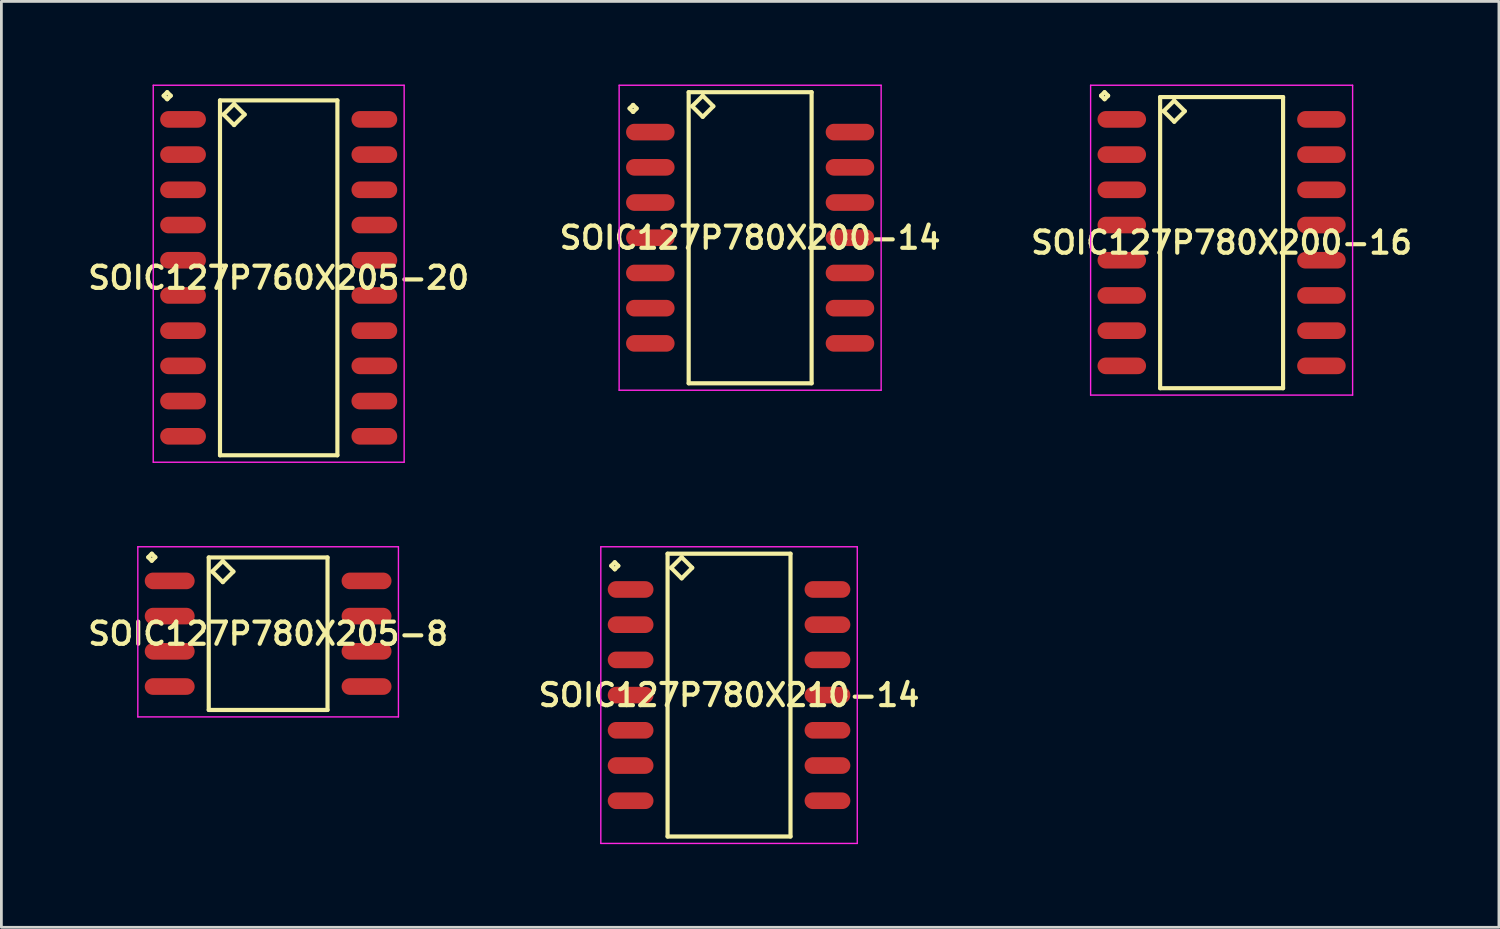
<source format=kicad_pcb>
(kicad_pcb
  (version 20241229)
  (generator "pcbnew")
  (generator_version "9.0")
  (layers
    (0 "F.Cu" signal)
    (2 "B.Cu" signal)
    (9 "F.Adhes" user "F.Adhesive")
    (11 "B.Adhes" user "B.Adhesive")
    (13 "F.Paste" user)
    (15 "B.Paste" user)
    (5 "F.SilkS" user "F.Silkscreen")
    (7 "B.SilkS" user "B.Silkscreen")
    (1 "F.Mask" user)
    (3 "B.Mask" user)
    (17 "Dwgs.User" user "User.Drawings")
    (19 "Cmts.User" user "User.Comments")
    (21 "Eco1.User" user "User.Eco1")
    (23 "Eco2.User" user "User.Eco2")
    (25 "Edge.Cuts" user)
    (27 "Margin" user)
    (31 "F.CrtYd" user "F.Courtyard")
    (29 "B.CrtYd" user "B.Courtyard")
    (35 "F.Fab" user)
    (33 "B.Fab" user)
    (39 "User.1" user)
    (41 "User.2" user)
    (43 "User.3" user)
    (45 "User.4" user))
  (footprint "SOIC127P780X200-14"
    (layer "F.Cu")
    (at 24.006 5.525)
    (property "Reference" "SOIC127P780X200-14" (at 0 0 0) (layer "F.SilkS") (effects (font (size 0.8 0.8) (thickness 0.15))))
    (attr smd)
    (fp_line (start -4.348 -4.664) (end -4.221 -4.791) (stroke (width 0.15) (type solid)) (layer "F.SilkS"))
    (fp_line (start -4.221 -4.791) (end -4.094 -4.664) (stroke (width 0.15) (type solid)) (layer "F.SilkS"))
    (fp_line (start -4.221 -4.537) (end -4.348 -4.664) (stroke (width 0.15) (type solid)) (layer "F.SilkS"))
    (fp_line (start -4.094 -4.664) (end -4.221 -4.537) (stroke (width 0.15) (type solid)) (layer "F.SilkS"))
    (fp_line (start -2.217 -5.25) (end -2.217 5.25) (stroke (width 0.15) (type solid)) (layer "F.SilkS"))
    (fp_line (start -2.217 5.25) (end 2.217 5.25) (stroke (width 0.15) (type solid)) (layer "F.SilkS"))
    (fp_line (start -2.09 -4.742) (end -1.709 -5.123) (stroke (width 0.15) (type solid)) (layer "F.SilkS"))
    (fp_line (start -1.709 -5.123) (end -1.328 -4.742) (stroke (width 0.15) (type solid)) (layer "F.SilkS"))
    (fp_line (start -1.709 -4.361) (end -2.09 -4.742) (stroke (width 0.15) (type solid)) (layer "F.SilkS"))
    (fp_line (start -1.328 -4.742) (end -1.709 -4.361) (stroke (width 0.15) (type solid)) (layer "F.SilkS"))
    (fp_line (start 2.217 -5.25) (end -2.217 -5.25) (stroke (width 0.15) (type solid)) (layer "F.SilkS"))
    (fp_line (start 2.217 5.25) (end 2.217 -5.25) (stroke (width 0.15) (type solid)) (layer "F.SilkS"))
    (fp_line (start -4.725 -5.5) (end 4.725 -5.5) (stroke (width 0.05) (type solid)) (layer "F.CrtYd"))
    (fp_line (start -4.725 5.5) (end -4.725 -5.5) (stroke (width 0.05) (type solid)) (layer "F.CrtYd"))
    (fp_line (start 4.725 -5.5) (end 4.725 5.5) (stroke (width 0.05) (type solid)) (layer "F.CrtYd"))
    (fp_line (start 4.725 5.5) (end -4.725 5.5) (stroke (width 0.05) (type solid)) (layer "F.CrtYd"))
    (pad "1" smd oval (at -3.6 -3.81) (size 1.75 0.6) (layers "F.Cu" "F.Mask" "F.Paste"))
    (pad "2" smd oval (at -3.6 -2.54) (size 1.75 0.6) (layers "F.Cu" "F.Mask" "F.Paste"))
    (pad "3" smd oval (at -3.6 -1.27) (size 1.75 0.6) (layers "F.Cu" "F.Mask" "F.Paste"))
    (pad "4" smd oval (at -3.6 0) (size 1.75 0.6) (layers "F.Cu" "F.Mask" "F.Paste"))
    (pad "5" smd oval (at -3.6 1.27) (size 1.75 0.6) (layers "F.Cu" "F.Mask" "F.Paste"))
    (pad "6" smd oval (at -3.6 2.54) (size 1.75 0.6) (layers "F.Cu" "F.Mask" "F.Paste"))
    (pad "7" smd oval (at -3.6 3.81) (size 1.75 0.6) (layers "F.Cu" "F.Mask" "F.Paste"))
    (pad "8" smd oval (at 3.6 3.81) (size 1.75 0.6) (layers "F.Cu" "F.Mask" "F.Paste"))
    (pad "9" smd oval (at 3.6 2.54) (size 1.75 0.6) (layers "F.Cu" "F.Mask" "F.Paste"))
    (pad "10" smd oval (at 3.6 1.27) (size 1.75 0.6) (layers "F.Cu" "F.Mask" "F.Paste"))
    (pad "11" smd oval (at 3.6 0) (size 1.75 0.6) (layers "F.Cu" "F.Mask" "F.Paste"))
    (pad "12" smd oval (at 3.6 -1.27) (size 1.75 0.6) (layers "F.Cu" "F.Mask" "F.Paste"))
    (pad "13" smd oval (at 3.6 -2.54) (size 1.75 0.6) (layers "F.Cu" "F.Mask" "F.Paste"))
    (pad "14" smd oval (at 3.6 -3.81) (size 1.75 0.6) (layers "F.Cu" "F.Mask" "F.Paste")))
  (footprint "SOIC127P780X205-8"
    (layer "F.Cu")
    (at 6.621 19.807)
    (property "Reference" "SOIC127P780X205-8" (at 0 0 0) (layer "F.SilkS") (effects (font (size 0.8 0.8) (thickness 0.15))))
    (attr smd)
    (fp_line (start -4.323 -2.759) (end -4.196 -2.886) (stroke (width 0.15) (type solid)) (layer "F.SilkS"))
    (fp_line (start -4.196 -2.886) (end -4.069 -2.759) (stroke (width 0.15) (type solid)) (layer "F.SilkS"))
    (fp_line (start -4.196 -2.632) (end -4.323 -2.759) (stroke (width 0.15) (type solid)) (layer "F.SilkS"))
    (fp_line (start -4.069 -2.759) (end -4.196 -2.632) (stroke (width 0.15) (type solid)) (layer "F.SilkS"))
    (fp_line (start -2.142 -2.75) (end -2.142 2.75) (stroke (width 0.15) (type solid)) (layer "F.SilkS"))
    (fp_line (start -2.142 2.75) (end 2.142 2.75) (stroke (width 0.15) (type solid)) (layer "F.SilkS"))
    (fp_line (start -2.015 -2.242) (end -1.634 -2.623) (stroke (width 0.15) (type solid)) (layer "F.SilkS"))
    (fp_line (start -1.634 -2.623) (end -1.253 -2.242) (stroke (width 0.15) (type solid)) (layer "F.SilkS"))
    (fp_line (start -1.634 -1.861) (end -2.015 -2.242) (stroke (width 0.15) (type solid)) (layer "F.SilkS"))
    (fp_line (start -1.253 -2.242) (end -1.634 -1.861) (stroke (width 0.15) (type solid)) (layer "F.SilkS"))
    (fp_line (start 2.142 -2.75) (end -2.142 -2.75) (stroke (width 0.15) (type solid)) (layer "F.SilkS"))
    (fp_line (start 2.142 2.75) (end 2.142 -2.75) (stroke (width 0.15) (type solid)) (layer "F.SilkS"))
    (fp_line (start -4.7 -3.136) (end 4.7 -3.136) (stroke (width 0.05) (type solid)) (layer "F.CrtYd"))
    (fp_line (start -4.7 3) (end -4.7 -3.136) (stroke (width 0.05) (type solid)) (layer "F.CrtYd"))
    (fp_line (start 4.7 -3.136) (end 4.7 3) (stroke (width 0.05) (type solid)) (layer "F.CrtYd"))
    (fp_line (start 4.7 3) (end -4.7 3) (stroke (width 0.05) (type solid)) (layer "F.CrtYd"))
    (pad "1" smd oval (at -3.55 -1.905) (size 1.8 0.6) (layers "F.Cu" "F.Mask" "F.Paste"))
    (pad "2" smd oval (at -3.55 -0.635) (size 1.8 0.6) (layers "F.Cu" "F.Mask" "F.Paste"))
    (pad "3" smd oval (at -3.55 0.635) (size 1.8 0.6) (layers "F.Cu" "F.Mask" "F.Paste"))
    (pad "4" smd oval (at -3.55 1.905) (size 1.8 0.6) (layers "F.Cu" "F.Mask" "F.Paste"))
    (pad "5" smd oval (at 3.55 1.905) (size 1.8 0.6) (layers "F.Cu" "F.Mask" "F.Paste"))
    (pad "6" smd oval (at 3.55 0.635) (size 1.8 0.6) (layers "F.Cu" "F.Mask" "F.Paste"))
    (pad "7" smd oval (at 3.55 -0.635) (size 1.8 0.6) (layers "F.Cu" "F.Mask" "F.Paste"))
    (pad "8" smd oval (at 3.55 -1.905) (size 1.8 0.6) (layers "F.Cu" "F.Mask" "F.Paste")))
  (footprint "SOIC127P780X200-16"
    (layer "F.Cu")
    (at 41.011 5.701)
    (property "Reference" "SOIC127P780X200-16" (at 0 0 0) (layer "F.SilkS") (effects (font (size 0.8 0.8) (thickness 0.15))))
    (attr smd)
    (fp_line (start -4.348 -5.299) (end -4.221 -5.426) (stroke (width 0.15) (type solid)) (layer "F.SilkS"))
    (fp_line (start -4.221 -5.426) (end -4.094 -5.299) (stroke (width 0.15) (type solid)) (layer "F.SilkS"))
    (fp_line (start -4.221 -5.172) (end -4.348 -5.299) (stroke (width 0.15) (type solid)) (layer "F.SilkS"))
    (fp_line (start -4.094 -5.299) (end -4.221 -5.172) (stroke (width 0.15) (type solid)) (layer "F.SilkS"))
    (fp_line (start -2.217 -5.25) (end -2.217 5.25) (stroke (width 0.15) (type solid)) (layer "F.SilkS"))
    (fp_line (start -2.217 5.25) (end 2.217 5.25) (stroke (width 0.15) (type solid)) (layer "F.SilkS"))
    (fp_line (start -2.09 -4.742) (end -1.709 -5.123) (stroke (width 0.15) (type solid)) (layer "F.SilkS"))
    (fp_line (start -1.709 -5.123) (end -1.328 -4.742) (stroke (width 0.15) (type solid)) (layer "F.SilkS"))
    (fp_line (start -1.709 -4.361) (end -2.09 -4.742) (stroke (width 0.15) (type solid)) (layer "F.SilkS"))
    (fp_line (start -1.328 -4.742) (end -1.709 -4.361) (stroke (width 0.15) (type solid)) (layer "F.SilkS"))
    (fp_line (start 2.217 -5.25) (end -2.217 -5.25) (stroke (width 0.15) (type solid)) (layer "F.SilkS"))
    (fp_line (start 2.217 5.25) (end 2.217 -5.25) (stroke (width 0.15) (type solid)) (layer "F.SilkS"))
    (fp_line (start -4.725 -5.676) (end 4.725 -5.676) (stroke (width 0.05) (type solid)) (layer "F.CrtYd"))
    (fp_line (start -4.725 5.5) (end -4.725 -5.676) (stroke (width 0.05) (type solid)) (layer "F.CrtYd"))
    (fp_line (start 4.725 -5.676) (end 4.725 5.5) (stroke (width 0.05) (type solid)) (layer "F.CrtYd"))
    (fp_line (start 4.725 5.5) (end -4.725 5.5) (stroke (width 0.05) (type solid)) (layer "F.CrtYd"))
    (pad "1" smd oval (at -3.6 -4.445) (size 1.75 0.6) (layers "F.Cu" "F.Mask" "F.Paste"))
    (pad "2" smd oval (at -3.6 -3.175) (size 1.75 0.6) (layers "F.Cu" "F.Mask" "F.Paste"))
    (pad "3" smd oval (at -3.6 -1.905) (size 1.75 0.6) (layers "F.Cu" "F.Mask" "F.Paste"))
    (pad "4" smd oval (at -3.6 -0.635) (size 1.75 0.6) (layers "F.Cu" "F.Mask" "F.Paste"))
    (pad "5" smd oval (at -3.6 0.635) (size 1.75 0.6) (layers "F.Cu" "F.Mask" "F.Paste"))
    (pad "6" smd oval (at -3.6 1.905) (size 1.75 0.6) (layers "F.Cu" "F.Mask" "F.Paste"))
    (pad "7" smd oval (at -3.6 3.175) (size 1.75 0.6) (layers "F.Cu" "F.Mask" "F.Paste"))
    (pad "8" smd oval (at -3.6 4.445) (size 1.75 0.6) (layers "F.Cu" "F.Mask" "F.Paste"))
    (pad "9" smd oval (at 3.6 4.445) (size 1.75 0.6) (layers "F.Cu" "F.Mask" "F.Paste"))
    (pad "10" smd oval (at 3.6 3.175) (size 1.75 0.6) (layers "F.Cu" "F.Mask" "F.Paste"))
    (pad "11" smd oval (at 3.6 1.905) (size 1.75 0.6) (layers "F.Cu" "F.Mask" "F.Paste"))
    (pad "12" smd oval (at 3.6 0.635) (size 1.75 0.6) (layers "F.Cu" "F.Mask" "F.Paste"))
    (pad "13" smd oval (at 3.6 -0.635) (size 1.75 0.6) (layers "F.Cu" "F.Mask" "F.Paste"))
    (pad "14" smd oval (at 3.6 -1.905) (size 1.75 0.6) (layers "F.Cu" "F.Mask" "F.Paste"))
    (pad "15" smd oval (at 3.6 -3.175) (size 1.75 0.6) (layers "F.Cu" "F.Mask" "F.Paste"))
    (pad "16" smd oval (at 3.6 -4.445) (size 1.75 0.6) (layers "F.Cu" "F.Mask" "F.Paste")))
  (footprint "SOIC127P780X210-14"
    (layer "F.Cu")
    (at 23.245 22.021)
    (property "Reference" "SOIC127P780X210-14" (at 0 0 0) (layer "F.SilkS") (effects (font (size 0.8 0.8) (thickness 0.15))))
    (attr smd)
    (fp_line (start -4.248 -4.664) (end -4.121 -4.791) (stroke (width 0.15) (type solid)) (layer "F.SilkS"))
    (fp_line (start -4.121 -4.791) (end -3.994 -4.664) (stroke (width 0.15) (type solid)) (layer "F.SilkS"))
    (fp_line (start -4.121 -4.537) (end -4.248 -4.664) (stroke (width 0.15) (type solid)) (layer "F.SilkS"))
    (fp_line (start -3.994 -4.664) (end -4.121 -4.537) (stroke (width 0.15) (type solid)) (layer "F.SilkS"))
    (fp_line (start -2.217 -5.1) (end -2.217 5.1) (stroke (width 0.15) (type solid)) (layer "F.SilkS"))
    (fp_line (start -2.217 5.1) (end 2.217 5.1) (stroke (width 0.15) (type solid)) (layer "F.SilkS"))
    (fp_line (start -2.09 -4.592) (end -1.709 -4.973) (stroke (width 0.15) (type solid)) (layer "F.SilkS"))
    (fp_line (start -1.709 -4.973) (end -1.328 -4.592) (stroke (width 0.15) (type solid)) (layer "F.SilkS"))
    (fp_line (start -1.709 -4.211) (end -2.09 -4.592) (stroke (width 0.15) (type solid)) (layer "F.SilkS"))
    (fp_line (start -1.328 -4.592) (end -1.709 -4.211) (stroke (width 0.15) (type solid)) (layer "F.SilkS"))
    (fp_line (start 2.217 -5.1) (end -2.217 -5.1) (stroke (width 0.15) (type solid)) (layer "F.SilkS"))
    (fp_line (start 2.217 5.1) (end 2.217 -5.1) (stroke (width 0.15) (type solid)) (layer "F.SilkS"))
    (fp_line (start -4.625 -5.35) (end 4.625 -5.35) (stroke (width 0.05) (type solid)) (layer "F.CrtYd"))
    (fp_line (start -4.625 5.35) (end -4.625 -5.35) (stroke (width 0.05) (type solid)) (layer "F.CrtYd"))
    (fp_line (start 4.625 -5.35) (end 4.625 5.35) (stroke (width 0.05) (type solid)) (layer "F.CrtYd"))
    (fp_line (start 4.625 5.35) (end -4.625 5.35) (stroke (width 0.05) (type solid)) (layer "F.CrtYd"))
    (pad "1" smd oval (at -3.55 -3.81) (size 1.65 0.6) (layers "F.Cu" "F.Mask" "F.Paste"))
    (pad "2" smd oval (at -3.55 -2.54) (size 1.65 0.6) (layers "F.Cu" "F.Mask" "F.Paste"))
    (pad "3" smd oval (at -3.55 -1.27) (size 1.65 0.6) (layers "F.Cu" "F.Mask" "F.Paste"))
    (pad "4" smd oval (at -3.55 0) (size 1.65 0.6) (layers "F.Cu" "F.Mask" "F.Paste"))
    (pad "5" smd oval (at -3.55 1.27) (size 1.65 0.6) (layers "F.Cu" "F.Mask" "F.Paste"))
    (pad "6" smd oval (at -3.55 2.54) (size 1.65 0.6) (layers "F.Cu" "F.Mask" "F.Paste"))
    (pad "7" smd oval (at -3.55 3.81) (size 1.65 0.6) (layers "F.Cu" "F.Mask" "F.Paste"))
    (pad "8" smd oval (at 3.55 3.81) (size 1.65 0.6) (layers "F.Cu" "F.Mask" "F.Paste"))
    (pad "9" smd oval (at 3.55 2.54) (size 1.65 0.6) (layers "F.Cu" "F.Mask" "F.Paste"))
    (pad "10" smd oval (at 3.55 1.27) (size 1.65 0.6) (layers "F.Cu" "F.Mask" "F.Paste"))
    (pad "11" smd oval (at 3.55 0) (size 1.65 0.6) (layers "F.Cu" "F.Mask" "F.Paste"))
    (pad "12" smd oval (at 3.55 -1.27) (size 1.65 0.6) (layers "F.Cu" "F.Mask" "F.Paste"))
    (pad "13" smd oval (at 3.55 -2.54) (size 1.65 0.6) (layers "F.Cu" "F.Mask" "F.Paste"))
    (pad "14" smd oval (at 3.55 -3.81) (size 1.65 0.6) (layers "F.Cu" "F.Mask" "F.Paste")))
  (footprint "SOIC127P760X205-20"
    (layer "F.Cu")
    (at 7.002 6.971)
    (property "Reference" "SOIC127P760X205-20" (at 0 0 0) (layer "F.SilkS") (effects (font (size 0.8 0.8) (thickness 0.15))))
    (attr smd)
    (fp_line (start -4.148 -6.569) (end -4.021 -6.696) (stroke (width 0.15) (type solid)) (layer "F.SilkS"))
    (fp_line (start -4.021 -6.696) (end -3.894 -6.569) (stroke (width 0.15) (type solid)) (layer "F.SilkS"))
    (fp_line (start -4.021 -6.442) (end -4.148 -6.569) (stroke (width 0.15) (type solid)) (layer "F.SilkS"))
    (fp_line (start -3.894 -6.569) (end -4.021 -6.442) (stroke (width 0.15) (type solid)) (layer "F.SilkS"))
    (fp_line (start -2.117 -6.4) (end -2.117 6.4) (stroke (width 0.15) (type solid)) (layer "F.SilkS"))
    (fp_line (start -2.117 6.4) (end 2.117 6.4) (stroke (width 0.15) (type solid)) (layer "F.SilkS"))
    (fp_line (start -1.99 -5.892) (end -1.609 -6.273) (stroke (width 0.15) (type solid)) (layer "F.SilkS"))
    (fp_line (start -1.609 -6.273) (end -1.228 -5.892) (stroke (width 0.15) (type solid)) (layer "F.SilkS"))
    (fp_line (start -1.609 -5.511) (end -1.99 -5.892) (stroke (width 0.15) (type solid)) (layer "F.SilkS"))
    (fp_line (start -1.228 -5.892) (end -1.609 -5.511) (stroke (width 0.15) (type solid)) (layer "F.SilkS"))
    (fp_line (start 2.117 -6.4) (end -2.117 -6.4) (stroke (width 0.15) (type solid)) (layer "F.SilkS"))
    (fp_line (start 2.117 6.4) (end 2.117 -6.4) (stroke (width 0.15) (type solid)) (layer "F.SilkS"))
    (fp_line (start -4.525 -6.946) (end 4.525 -6.946) (stroke (width 0.05) (type solid)) (layer "F.CrtYd"))
    (fp_line (start -4.525 6.65) (end -4.525 -6.946) (stroke (width 0.05) (type solid)) (layer "F.CrtYd"))
    (fp_line (start 4.525 -6.946) (end 4.525 6.65) (stroke (width 0.05) (type solid)) (layer "F.CrtYd"))
    (fp_line (start 4.525 6.65) (end -4.525 6.65) (stroke (width 0.05) (type solid)) (layer "F.CrtYd"))
    (pad "1" smd oval (at -3.45 -5.715) (size 1.65 0.6) (layers "F.Cu" "F.Mask" "F.Paste"))
    (pad "2" smd oval (at -3.45 -4.445) (size 1.65 0.6) (layers "F.Cu" "F.Mask" "F.Paste"))
    (pad "3" smd oval (at -3.45 -3.175) (size 1.65 0.6) (layers "F.Cu" "F.Mask" "F.Paste"))
    (pad "4" smd oval (at -3.45 -1.905) (size 1.65 0.6) (layers "F.Cu" "F.Mask" "F.Paste"))
    (pad "5" smd oval (at -3.45 -0.635) (size 1.65 0.6) (layers "F.Cu" "F.Mask" "F.Paste"))
    (pad "6" smd oval (at -3.45 0.635) (size 1.65 0.6) (layers "F.Cu" "F.Mask" "F.Paste"))
    (pad "7" smd oval (at -3.45 1.905) (size 1.65 0.6) (layers "F.Cu" "F.Mask" "F.Paste"))
    (pad "8" smd oval (at -3.45 3.175) (size 1.65 0.6) (layers "F.Cu" "F.Mask" "F.Paste"))
    (pad "9" smd oval (at -3.45 4.445) (size 1.65 0.6) (layers "F.Cu" "F.Mask" "F.Paste"))
    (pad "10" smd oval (at -3.45 5.715) (size 1.65 0.6) (layers "F.Cu" "F.Mask" "F.Paste"))
    (pad "11" smd oval (at 3.45 5.715) (size 1.65 0.6) (layers "F.Cu" "F.Mask" "F.Paste"))
    (pad "12" smd oval (at 3.45 4.445) (size 1.65 0.6) (layers "F.Cu" "F.Mask" "F.Paste"))
    (pad "13" smd oval (at 3.45 3.175) (size 1.65 0.6) (layers "F.Cu" "F.Mask" "F.Paste"))
    (pad "14" smd oval (at 3.45 1.905) (size 1.65 0.6) (layers "F.Cu" "F.Mask" "F.Paste"))
    (pad "15" smd oval (at 3.45 0.635) (size 1.65 0.6) (layers "F.Cu" "F.Mask" "F.Paste"))
    (pad "16" smd oval (at 3.45 -0.635) (size 1.65 0.6) (layers "F.Cu" "F.Mask" "F.Paste"))
    (pad "17" smd oval (at 3.45 -1.905) (size 1.65 0.6) (layers "F.Cu" "F.Mask" "F.Paste"))
    (pad "18" smd oval (at 3.45 -3.175) (size 1.65 0.6) (layers "F.Cu" "F.Mask" "F.Paste"))
    (pad "19" smd oval (at 3.45 -4.445) (size 1.65 0.6) (layers "F.Cu" "F.Mask" "F.Paste"))
    (pad "20" smd oval (at 3.45 -5.715) (size 1.65 0.6) (layers "F.Cu" "F.Mask" "F.Paste")))
  (gr_rect
    (start -3 -3)
    (end 51.013 30.396)
    (stroke (width 0.1) (type default))
    (fill no)
    (layer "Edge.Cuts")))
</source>
